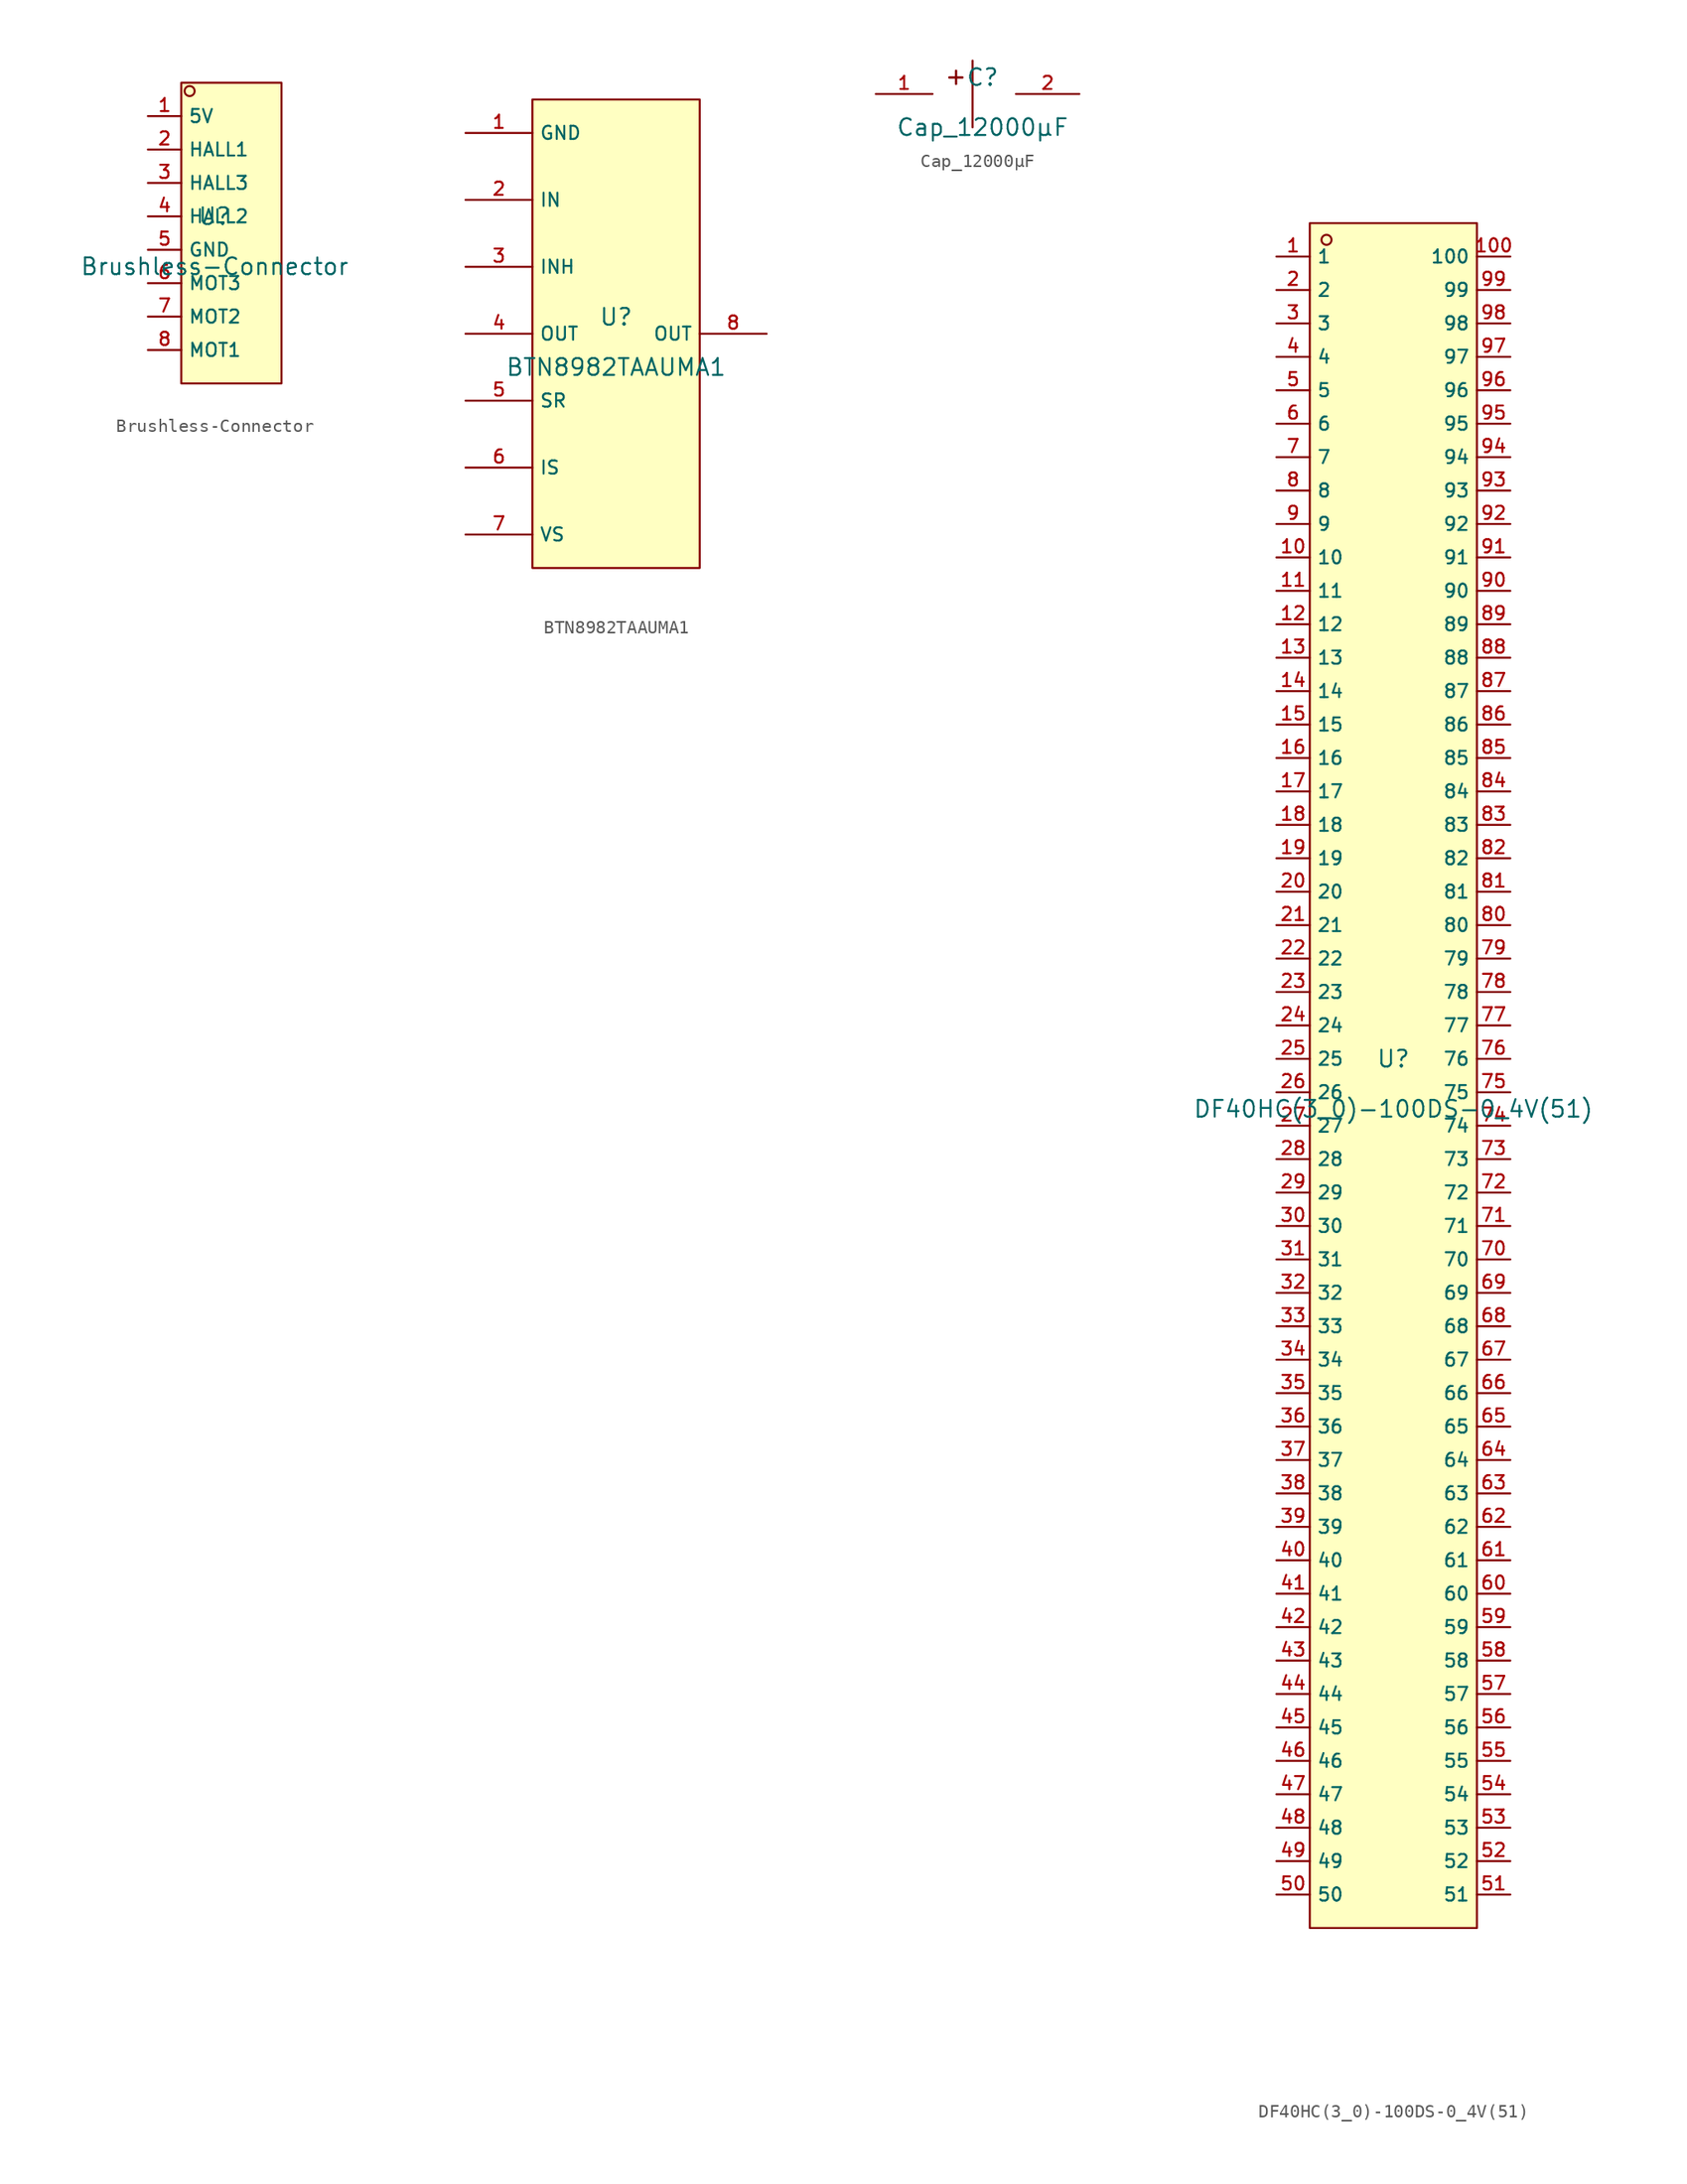
<source format=kicad_sym>
(kicad_symbol_lib
  (version 20231120)
  (generator "kicad_symbol_editor")
  (generator_version "8.0")
  (symbol "Brushless-Connector"
    (property "Reference" "U"
      (at 0 1.27 0)
      (effects (font (size 1.27 1.27))))
    (property "Value" "Brushless-Connector"
      (at 0 -2.54 0)
      (effects (font (size 1.27 1.27))))
    (symbol "Brushless-Connector_0_1"
      (rectangle (start -2.54 11.43) (end 5.08 -11.43) (stroke (width 0) (type default)) (fill (type background)))
      (circle (center -1.905 10.795) (radius 0.381) (stroke (width 0) (type default)) (fill (type background))))
    (symbol "Brushless-Connector_1_1"
      (pin unspecified line (at -5.08 8.89 0) (length 2.54) (name "5V" (effects (font (size 1 1)))) (number "1" (effects (font (size 1 1)))))
      (pin unspecified line (at -5.08 6.35 0) (length 2.54) (name "HALL1" (effects (font (size 1 1)))) (number "2" (effects (font (size 1 1)))))
      (pin unspecified line (at -5.08 3.81 0) (length 2.54) (name "HALL3" (effects (font (size 1 1)))) (number "3" (effects (font (size 1 1)))))
      (pin unspecified line (at -5.08 1.27 0) (length 2.54) (name "HALL2" (effects (font (size 1 1)))) (number "4" (effects (font (size 1 1)))))
      (pin unspecified line (at -5.08 -1.27 0) (length 2.54) (name "GND" (effects (font (size 1 1)))) (number "5" (effects (font (size 1 1)))))
      (pin unspecified line (at -5.08 -3.81 0) (length 2.54) (name "MOT3" (effects (font (size 1 1)))) (number "6" (effects (font (size 1 1)))))
      (pin unspecified line (at -5.08 -6.35 0) (length 2.54) (name "MOT2" (effects (font (size 1 1)))) (number "7" (effects (font (size 1 1)))))
      (pin unspecified line (at -5.08 -8.89 0) (length 2.54) (name "MOT1" (effects (font (size 1 1)))) (number "8" (effects (font (size 1 1)))))))
  (symbol "BTN8982TAAUMA1"
    (property "Reference" "U"
      (at 0 1.27 0)
      (effects (font (size 1.27 1.27))))
    (property "Value" "BTN8982TAAUMA1"
      (at 0 -2.54 0)
      (effects (font (size 1.27 1.27))))
    (symbol "BTN8982TAAUMA1_0_1"
      (rectangle (start -6.35 17.78) (end 6.35 -17.78) (stroke (width 0) (type default)) (fill (type background)))
      (pin unspecified line (at -11.43 15.24 0) (length 5.08) (name "GND" (effects (font (size 1 1)))) (number "1" (effects (font (size 1 1)))))
      (pin unspecified line (at -11.43 10.16 0) (length 5.08) (name "IN" (effects (font (size 1 1)))) (number "2" (effects (font (size 1 1)))))
      (pin unspecified line (at -11.43 5.08 0) (length 5.08) (name "INH" (effects (font (size 1 1)))) (number "3" (effects (font (size 1 1)))))
      (pin unspecified line (at -11.43 0 0) (length 5.08) (name "OUT" (effects (font (size 1 1)))) (number "4" (effects (font (size 1 1)))))
      (pin unspecified line (at -11.43 -5.08 0) (length 5.08) (name "SR" (effects (font (size 1 1)))) (number "5" (effects (font (size 1 1)))))
      (pin unspecified line (at -11.43 -10.16 0) (length 5.08) (name "IS" (effects (font (size 1 1)))) (number "6" (effects (font (size 1 1)))))
      (pin unspecified line (at -11.43 -15.24 0) (length 5.08) (name "VS" (effects (font (size 1 1)))) (number "7" (effects (font (size 1 1)))))
      (pin unspecified line (at 11.43 0 180) (length 5.08) (name "OUT" (effects (font (size 1 1)))) (number "8" (effects (font (size 1 1)))))))
  (symbol "Cap_12000µF"
    (pin_names hide)
    (property "Reference" "C"
      (at 0 1.27 0)
      (effects (font (size 1.27 1.27))))
    (property "Value" "Cap_12000µF"
      (at 0 -2.54 0)
      (effects (font (size 1.27 1.27))))
    (symbol "Cap_12000µF_0_1"
      (rectangle (start -2.54 1.27) (end -1.524 1.245) (stroke (width 0) (type default)) (fill (type background)))
      (rectangle (start -2.032 1.778) (end -2.007 0.762) (stroke (width 0) (type default)) (fill (type background)))
      (polyline (pts (xy -0.762 2.54) (xy -0.762 -2.54)) (stroke (width 0) (type default)) (fill (type none)))
      (pin unspecified line (at -3.81 0 180) (length 4.318) (name "1" (effects (font (size 1 1)))) (number "1" (effects (font (size 1 1)))))
      (pin unspecified line (at 2.54 0 0) (length 4.826) (name "2" (effects (font (size 1 1)))) (number "2" (effects (font (size 1 1)))))))
  (symbol "DF40HC(3_0)-100DS-0_4V(51)"
    (property "Reference" "U"
      (at 0 1.27 0)
      (effects (font (size 1.27 1.27))))
    (property "Value" "DF40HC(3_0)-100DS-0_4V(51)"
      (at 0 -2.54 0)
      (effects (font (size 1.27 1.27))))
    (symbol "DF40HC(3_0)-100DS-0_4V(51)_0_1"
      (rectangle (start -6.35 64.77) (end 6.35 -64.77) (stroke (width 0) (type default)) (fill (type background)))
      (circle (center -5.08 63.5) (radius 0.381) (stroke (width 0) (type default)) (fill (type background)))
      (pin unspecified line (at -8.89 62.23 0) (length 2.54) (name "1" (effects (font (size 1 1)))) (number "1" (effects (font (size 1 1)))))
      (pin unspecified line (at -8.89 39.37 0) (length 2.54) (name "10" (effects (font (size 1 1)))) (number "10" (effects (font (size 1 1)))))
      (pin unspecified line (at 8.89 62.23 180) (length 2.54) (name "100" (effects (font (size 1 1)))) (number "100" (effects (font (size 1 1)))))
      (pin unspecified line (at -8.89 36.83 0) (length 2.54) (name "11" (effects (font (size 1 1)))) (number "11" (effects (font (size 1 1)))))
      (pin unspecified line (at -8.89 34.29 0) (length 2.54) (name "12" (effects (font (size 1 1)))) (number "12" (effects (font (size 1 1)))))
      (pin unspecified line (at -8.89 31.75 0) (length 2.54) (name "13" (effects (font (size 1 1)))) (number "13" (effects (font (size 1 1)))))
      (pin unspecified line (at -8.89 29.21 0) (length 2.54) (name "14" (effects (font (size 1 1)))) (number "14" (effects (font (size 1 1)))))
      (pin unspecified line (at -8.89 26.67 0) (length 2.54) (name "15" (effects (font (size 1 1)))) (number "15" (effects (font (size 1 1)))))
      (pin unspecified line (at -8.89 24.13 0) (length 2.54) (name "16" (effects (font (size 1 1)))) (number "16" (effects (font (size 1 1)))))
      (pin unspecified line (at -8.89 21.59 0) (length 2.54) (name "17" (effects (font (size 1 1)))) (number "17" (effects (font (size 1 1)))))
      (pin unspecified line (at -8.89 19.05 0) (length 2.54) (name "18" (effects (font (size 1 1)))) (number "18" (effects (font (size 1 1)))))
      (pin unspecified line (at -8.89 16.51 0) (length 2.54) (name "19" (effects (font (size 1 1)))) (number "19" (effects (font (size 1 1)))))
      (pin unspecified line (at -8.89 59.69 0) (length 2.54) (name "2" (effects (font (size 1 1)))) (number "2" (effects (font (size 1 1)))))
      (pin unspecified line (at -8.89 13.97 0) (length 2.54) (name "20" (effects (font (size 1 1)))) (number "20" (effects (font (size 1 1)))))
      (pin unspecified line (at -8.89 11.43 0) (length 2.54) (name "21" (effects (font (size 1 1)))) (number "21" (effects (font (size 1 1)))))
      (pin unspecified line (at -8.89 8.89 0) (length 2.54) (name "22" (effects (font (size 1 1)))) (number "22" (effects (font (size 1 1)))))
      (pin unspecified line (at -8.89 6.35 0) (length 2.54) (name "23" (effects (font (size 1 1)))) (number "23" (effects (font (size 1 1)))))
      (pin unspecified line (at -8.89 3.81 0) (length 2.54) (name "24" (effects (font (size 1 1)))) (number "24" (effects (font (size 1 1)))))
      (pin unspecified line (at -8.89 1.27 0) (length 2.54) (name "25" (effects (font (size 1 1)))) (number "25" (effects (font (size 1 1)))))
      (pin unspecified line (at -8.89 -1.27 0) (length 2.54) (name "26" (effects (font (size 1 1)))) (number "26" (effects (font (size 1 1)))))
      (pin unspecified line (at -8.89 -3.81 0) (length 2.54) (name "27" (effects (font (size 1 1)))) (number "27" (effects (font (size 1 1)))))
      (pin unspecified line (at -8.89 -6.35 0) (length 2.54) (name "28" (effects (font (size 1 1)))) (number "28" (effects (font (size 1 1)))))
      (pin unspecified line (at -8.89 -8.89 0) (length 2.54) (name "29" (effects (font (size 1 1)))) (number "29" (effects (font (size 1 1)))))
      (pin unspecified line (at -8.89 57.15 0) (length 2.54) (name "3" (effects (font (size 1 1)))) (number "3" (effects (font (size 1 1)))))
      (pin unspecified line (at -8.89 -11.43 0) (length 2.54) (name "30" (effects (font (size 1 1)))) (number "30" (effects (font (size 1 1)))))
      (pin unspecified line (at -8.89 -13.97 0) (length 2.54) (name "31" (effects (font (size 1 1)))) (number "31" (effects (font (size 1 1)))))
      (pin unspecified line (at -8.89 -16.51 0) (length 2.54) (name "32" (effects (font (size 1 1)))) (number "32" (effects (font (size 1 1)))))
      (pin unspecified line (at -8.89 -19.05 0) (length 2.54) (name "33" (effects (font (size 1 1)))) (number "33" (effects (font (size 1 1)))))
      (pin unspecified line (at -8.89 -21.59 0) (length 2.54) (name "34" (effects (font (size 1 1)))) (number "34" (effects (font (size 1 1)))))
      (pin unspecified line (at -8.89 -24.13 0) (length 2.54) (name "35" (effects (font (size 1 1)))) (number "35" (effects (font (size 1 1)))))
      (pin unspecified line (at -8.89 -26.67 0) (length 2.54) (name "36" (effects (font (size 1 1)))) (number "36" (effects (font (size 1 1)))))
      (pin unspecified line (at -8.89 -29.21 0) (length 2.54) (name "37" (effects (font (size 1 1)))) (number "37" (effects (font (size 1 1)))))
      (pin unspecified line (at -8.89 -31.75 0) (length 2.54) (name "38" (effects (font (size 1 1)))) (number "38" (effects (font (size 1 1)))))
      (pin unspecified line (at -8.89 -34.29 0) (length 2.54) (name "39" (effects (font (size 1 1)))) (number "39" (effects (font (size 1 1)))))
      (pin unspecified line (at -8.89 54.61 0) (length 2.54) (name "4" (effects (font (size 1 1)))) (number "4" (effects (font (size 1 1)))))
      (pin unspecified line (at -8.89 -36.83 0) (length 2.54) (name "40" (effects (font (size 1 1)))) (number "40" (effects (font (size 1 1)))))
      (pin unspecified line (at -8.89 -39.37 0) (length 2.54) (name "41" (effects (font (size 1 1)))) (number "41" (effects (font (size 1 1)))))
      (pin unspecified line (at -8.89 -41.91 0) (length 2.54) (name "42" (effects (font (size 1 1)))) (number "42" (effects (font (size 1 1)))))
      (pin unspecified line (at -8.89 -44.45 0) (length 2.54) (name "43" (effects (font (size 1 1)))) (number "43" (effects (font (size 1 1)))))
      (pin unspecified line (at -8.89 -46.99 0) (length 2.54) (name "44" (effects (font (size 1 1)))) (number "44" (effects (font (size 1 1)))))
      (pin unspecified line (at -8.89 -49.53 0) (length 2.54) (name "45" (effects (font (size 1 1)))) (number "45" (effects (font (size 1 1)))))
      (pin unspecified line (at -8.89 -52.07 0) (length 2.54) (name "46" (effects (font (size 1 1)))) (number "46" (effects (font (size 1 1)))))
      (pin unspecified line (at -8.89 -54.61 0) (length 2.54) (name "47" (effects (font (size 1 1)))) (number "47" (effects (font (size 1 1)))))
      (pin unspecified line (at -8.89 -57.15 0) (length 2.54) (name "48" (effects (font (size 1 1)))) (number "48" (effects (font (size 1 1)))))
      (pin unspecified line (at -8.89 -59.69 0) (length 2.54) (name "49" (effects (font (size 1 1)))) (number "49" (effects (font (size 1 1)))))
      (pin unspecified line (at -8.89 52.07 0) (length 2.54) (name "5" (effects (font (size 1 1)))) (number "5" (effects (font (size 1 1)))))
      (pin unspecified line (at -8.89 -62.23 0) (length 2.54) (name "50" (effects (font (size 1 1)))) (number "50" (effects (font (size 1 1)))))
      (pin unspecified line (at 8.89 -62.23 180) (length 2.54) (name "51" (effects (font (size 1 1)))) (number "51" (effects (font (size 1 1)))))
      (pin unspecified line (at 8.89 -59.69 180) (length 2.54) (name "52" (effects (font (size 1 1)))) (number "52" (effects (font (size 1 1)))))
      (pin unspecified line (at 8.89 -57.15 180) (length 2.54) (name "53" (effects (font (size 1 1)))) (number "53" (effects (font (size 1 1)))))
      (pin unspecified line (at 8.89 -54.61 180) (length 2.54) (name "54" (effects (font (size 1 1)))) (number "54" (effects (font (size 1 1)))))
      (pin unspecified line (at 8.89 -52.07 180) (length 2.54) (name "55" (effects (font (size 1 1)))) (number "55" (effects (font (size 1 1)))))
      (pin unspecified line (at 8.89 -49.53 180) (length 2.54) (name "56" (effects (font (size 1 1)))) (number "56" (effects (font (size 1 1)))))
      (pin unspecified line (at 8.89 -46.99 180) (length 2.54) (name "57" (effects (font (size 1 1)))) (number "57" (effects (font (size 1 1)))))
      (pin unspecified line (at 8.89 -44.45 180) (length 2.54) (name "58" (effects (font (size 1 1)))) (number "58" (effects (font (size 1 1)))))
      (pin unspecified line (at 8.89 -41.91 180) (length 2.54) (name "59" (effects (font (size 1 1)))) (number "59" (effects (font (size 1 1)))))
      (pin unspecified line (at -8.89 49.53 0) (length 2.54) (name "6" (effects (font (size 1 1)))) (number "6" (effects (font (size 1 1)))))
      (pin unspecified line (at 8.89 -39.37 180) (length 2.54) (name "60" (effects (font (size 1 1)))) (number "60" (effects (font (size 1 1)))))
      (pin unspecified line (at 8.89 -36.83 180) (length 2.54) (name "61" (effects (font (size 1 1)))) (number "61" (effects (font (size 1 1)))))
      (pin unspecified line (at 8.89 -34.29 180) (length 2.54) (name "62" (effects (font (size 1 1)))) (number "62" (effects (font (size 1 1)))))
      (pin unspecified line (at 8.89 -31.75 180) (length 2.54) (name "63" (effects (font (size 1 1)))) (number "63" (effects (font (size 1 1)))))
      (pin unspecified line (at 8.89 -29.21 180) (length 2.54) (name "64" (effects (font (size 1 1)))) (number "64" (effects (font (size 1 1)))))
      (pin unspecified line (at 8.89 -26.67 180) (length 2.54) (name "65" (effects (font (size 1 1)))) (number "65" (effects (font (size 1 1)))))
      (pin unspecified line (at 8.89 -24.13 180) (length 2.54) (name "66" (effects (font (size 1 1)))) (number "66" (effects (font (size 1 1)))))
      (pin unspecified line (at 8.89 -21.59 180) (length 2.54) (name "67" (effects (font (size 1 1)))) (number "67" (effects (font (size 1 1)))))
      (pin unspecified line (at 8.89 -19.05 180) (length 2.54) (name "68" (effects (font (size 1 1)))) (number "68" (effects (font (size 1 1)))))
      (pin unspecified line (at 8.89 -16.51 180) (length 2.54) (name "69" (effects (font (size 1 1)))) (number "69" (effects (font (size 1 1)))))
      (pin unspecified line (at -8.89 46.99 0) (length 2.54) (name "7" (effects (font (size 1 1)))) (number "7" (effects (font (size 1 1)))))
      (pin unspecified line (at 8.89 -13.97 180) (length 2.54) (name "70" (effects (font (size 1 1)))) (number "70" (effects (font (size 1 1)))))
      (pin unspecified line (at 8.89 -11.43 180) (length 2.54) (name "71" (effects (font (size 1 1)))) (number "71" (effects (font (size 1 1)))))
      (pin unspecified line (at 8.89 -8.89 180) (length 2.54) (name "72" (effects (font (size 1 1)))) (number "72" (effects (font (size 1 1)))))
      (pin unspecified line (at 8.89 -6.35 180) (length 2.54) (name "73" (effects (font (size 1 1)))) (number "73" (effects (font (size 1 1)))))
      (pin unspecified line (at 8.89 -3.81 180) (length 2.54) (name "74" (effects (font (size 1 1)))) (number "74" (effects (font (size 1 1)))))
      (pin unspecified line (at 8.89 -1.27 180) (length 2.54) (name "75" (effects (font (size 1 1)))) (number "75" (effects (font (size 1 1)))))
      (pin unspecified line (at 8.89 1.27 180) (length 2.54) (name "76" (effects (font (size 1 1)))) (number "76" (effects (font (size 1 1)))))
      (pin unspecified line (at 8.89 3.81 180) (length 2.54) (name "77" (effects (font (size 1 1)))) (number "77" (effects (font (size 1 1)))))
      (pin unspecified line (at 8.89 6.35 180) (length 2.54) (name "78" (effects (font (size 1 1)))) (number "78" (effects (font (size 1 1)))))
      (pin unspecified line (at 8.89 8.89 180) (length 2.54) (name "79" (effects (font (size 1 1)))) (number "79" (effects (font (size 1 1)))))
      (pin unspecified line (at -8.89 44.45 0) (length 2.54) (name "8" (effects (font (size 1 1)))) (number "8" (effects (font (size 1 1)))))
      (pin unspecified line (at 8.89 11.43 180) (length 2.54) (name "80" (effects (font (size 1 1)))) (number "80" (effects (font (size 1 1)))))
      (pin unspecified line (at 8.89 13.97 180) (length 2.54) (name "81" (effects (font (size 1 1)))) (number "81" (effects (font (size 1 1)))))
      (pin unspecified line (at 8.89 16.51 180) (length 2.54) (name "82" (effects (font (size 1 1)))) (number "82" (effects (font (size 1 1)))))
      (pin unspecified line (at 8.89 19.05 180) (length 2.54) (name "83" (effects (font (size 1 1)))) (number "83" (effects (font (size 1 1)))))
      (pin unspecified line (at 8.89 21.59 180) (length 2.54) (name "84" (effects (font (size 1 1)))) (number "84" (effects (font (size 1 1)))))
      (pin unspecified line (at 8.89 24.13 180) (length 2.54) (name "85" (effects (font (size 1 1)))) (number "85" (effects (font (size 1 1)))))
      (pin unspecified line (at 8.89 26.67 180) (length 2.54) (name "86" (effects (font (size 1 1)))) (number "86" (effects (font (size 1 1)))))
      (pin unspecified line (at 8.89 29.21 180) (length 2.54) (name "87" (effects (font (size 1 1)))) (number "87" (effects (font (size 1 1)))))
      (pin unspecified line (at 8.89 31.75 180) (length 2.54) (name "88" (effects (font (size 1 1)))) (number "88" (effects (font (size 1 1)))))
      (pin unspecified line (at 8.89 34.29 180) (length 2.54) (name "89" (effects (font (size 1 1)))) (number "89" (effects (font (size 1 1)))))
      (pin unspecified line (at -8.89 41.91 0) (length 2.54) (name "9" (effects (font (size 1 1)))) (number "9" (effects (font (size 1 1)))))
      (pin unspecified line (at 8.89 36.83 180) (length 2.54) (name "90" (effects (font (size 1 1)))) (number "90" (effects (font (size 1 1)))))
      (pin unspecified line (at 8.89 39.37 180) (length 2.54) (name "91" (effects (font (size 1 1)))) (number "91" (effects (font (size 1 1)))))
      (pin unspecified line (at 8.89 41.91 180) (length 2.54) (name "92" (effects (font (size 1 1)))) (number "92" (effects (font (size 1 1)))))
      (pin unspecified line (at 8.89 44.45 180) (length 2.54) (name "93" (effects (font (size 1 1)))) (number "93" (effects (font (size 1 1)))))
      (pin unspecified line (at 8.89 46.99 180) (length 2.54) (name "94" (effects (font (size 1 1)))) (number "94" (effects (font (size 1 1)))))
      (pin unspecified line (at 8.89 49.53 180) (length 2.54) (name "95" (effects (font (size 1 1)))) (number "95" (effects (font (size 1 1)))))
      (pin unspecified line (at 8.89 52.07 180) (length 2.54) (name "96" (effects (font (size 1 1)))) (number "96" (effects (font (size 1 1)))))
      (pin unspecified line (at 8.89 54.61 180) (length 2.54) (name "97" (effects (font (size 1 1)))) (number "97" (effects (font (size 1 1)))))
      (pin unspecified line (at 8.89 57.15 180) (length 2.54) (name "98" (effects (font (size 1 1)))) (number "98" (effects (font (size 1 1)))))
      (pin unspecified line (at 8.89 59.69 180) (length 2.54) (name "99" (effects (font (size 1 1)))) (number "99" (effects (font (size 1 1))))))))
</source>
